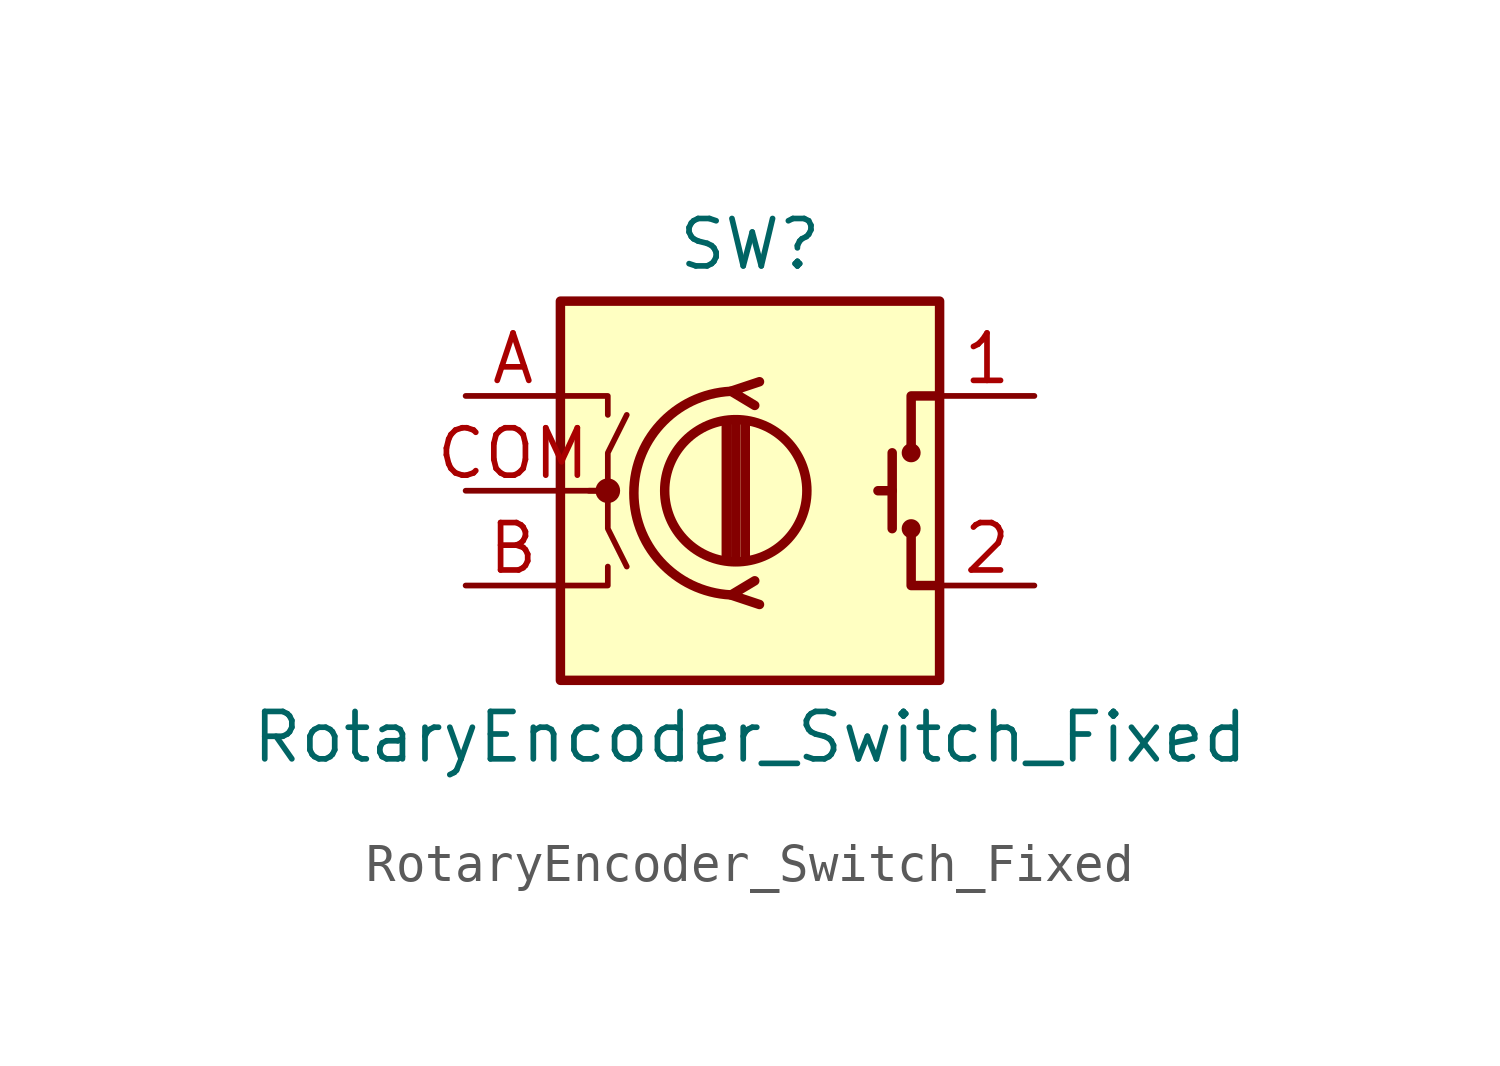
<source format=kicad_sym>
(kicad_symbol_lib
  (version 20231120)
  (generator "kicad_symbol_editor")
  (generator_version "8.0")
  (symbol "RotaryEncoder_Switch_Fixed"
    (pin_names
      (offset 0.254) hide)
    (property "Reference" "SW"
      (at 0 6.604 0)
      (effects (font (size 1.27 1.27))))
    (property "Value" "RotaryEncoder_Switch_Fixed"
      (at 0 -6.604 0)
      (effects (font (size 1.27 1.27))))
    (symbol "RotaryEncoder_Switch_Fixed_0_1"
      (rectangle (start -5.08 5.08) (end 5.08 -5.08) (stroke (width 0.254) (type default)) (fill (type background)))
      (circle (center -3.81 0) (radius 0.254) (stroke (width 0) (type default)) (fill (type outline)))
      (circle (center -0.381 0) (radius 1.905) (stroke (width 0.254) (type default)) (fill (type none)))
      (arc (start -0.381 2.667) (mid -3.0988 -0.0635) (end -0.381 -2.794) (stroke (width 0.254) (type default)) (fill (type none)))
      (polyline (pts (xy -0.635 -1.778) (xy -0.635 1.778)) (stroke (width 0.254) (type default)) (fill (type none)))
      (polyline (pts (xy -0.381 -1.778) (xy -0.381 1.778)) (stroke (width 0.254) (type default)) (fill (type none)))
      (polyline (pts (xy -0.127 1.778) (xy -0.127 -1.778)) (stroke (width 0.254) (type default)) (fill (type none)))
      (polyline (pts (xy 3.81 0) (xy 3.429 0)) (stroke (width 0.254) (type default)) (fill (type none)))
      (polyline (pts (xy 3.81 1.016) (xy 3.81 -1.016)) (stroke (width 0.254) (type default)) (fill (type none)))
      (polyline (pts (xy -5.08 -2.54) (xy -3.81 -2.54) (xy -3.81 -2.032)) (stroke (width 0) (type default)) (fill (type none)))
      (polyline (pts (xy -5.08 2.54) (xy -3.81 2.54) (xy -3.81 2.032)) (stroke (width 0) (type default)) (fill (type none)))
      (polyline (pts (xy 0.254 -3.048) (xy -0.508 -2.794) (xy 0.127 -2.413)) (stroke (width 0.254) (type default)) (fill (type none)))
      (polyline (pts (xy 0.254 2.921) (xy -0.508 2.667) (xy 0.127 2.286)) (stroke (width 0.254) (type default)) (fill (type none)))
      (polyline (pts (xy 5.08 -2.54) (xy 4.318 -2.54) (xy 4.318 -1.016)) (stroke (width 0.254) (type default)) (fill (type none)))
      (polyline (pts (xy 5.08 2.54) (xy 4.318 2.54) (xy 4.318 1.016)) (stroke (width 0.254) (type default)) (fill (type none)))
      (polyline (pts (xy -5.08 0) (xy -3.81 0) (xy -3.81 -1.016) (xy -3.302 -2.032)) (stroke (width 0) (type default)) (fill (type none)))
      (polyline (pts (xy -4.318 0) (xy -3.81 0) (xy -3.81 1.016) (xy -3.302 2.032)) (stroke (width 0) (type default)) (fill (type none)))
      (circle (center 4.318 -1.016) (radius 0.127) (stroke (width 0.254) (type default)) (fill (type none)))
      (circle (center 4.318 1.016) (radius 0.127) (stroke (width 0.254) (type default)) (fill (type none))))
    (symbol "RotaryEncoder_Switch_Fixed_1_1"
      (pin passive line (at 7.62 2.54 180) (length 2.54) (name "1" (effects (font (size 1.27 1.27)))) (number "1" (effects (font (size 1.27 1.27)))))
      (pin passive line (at 7.62 -2.54 180) (length 2.54) (name "2" (effects (font (size 1.27 1.27)))) (number "2" (effects (font (size 1.27 1.27)))))
      (pin passive line (at -7.62 2.54 0) (length 2.54) (name "A" (effects (font (size 1.27 1.27)))) (number "A" (effects (font (size 1.27 1.27)))))
      (pin passive line (at -7.62 -2.54 0) (length 2.54) (name "B" (effects (font (size 1.27 1.27)))) (number "B" (effects (font (size 1.27 1.27)))))
      (pin passive line (at -7.62 0 0) (length 2.54) (name "Com" (effects (font (size 1.27 1.27)))) (number "COM" (effects (font (size 1.27 1.27))))))))
</source>
